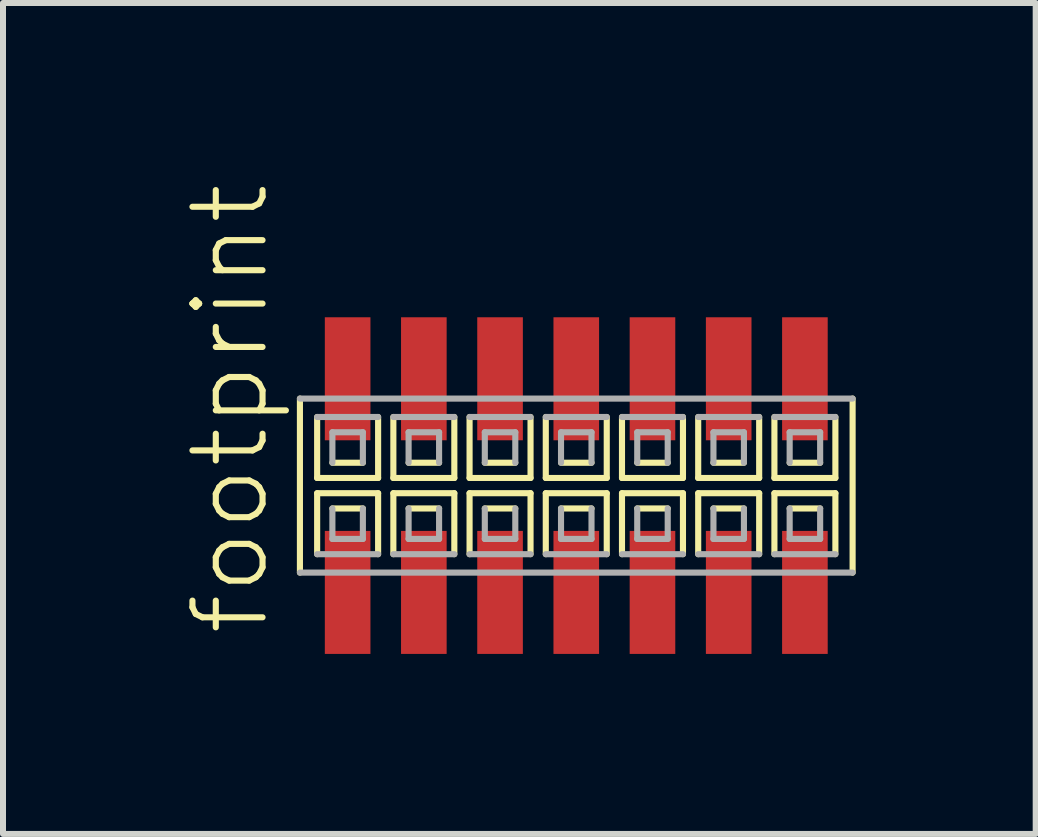
<source format=kicad_pcb>
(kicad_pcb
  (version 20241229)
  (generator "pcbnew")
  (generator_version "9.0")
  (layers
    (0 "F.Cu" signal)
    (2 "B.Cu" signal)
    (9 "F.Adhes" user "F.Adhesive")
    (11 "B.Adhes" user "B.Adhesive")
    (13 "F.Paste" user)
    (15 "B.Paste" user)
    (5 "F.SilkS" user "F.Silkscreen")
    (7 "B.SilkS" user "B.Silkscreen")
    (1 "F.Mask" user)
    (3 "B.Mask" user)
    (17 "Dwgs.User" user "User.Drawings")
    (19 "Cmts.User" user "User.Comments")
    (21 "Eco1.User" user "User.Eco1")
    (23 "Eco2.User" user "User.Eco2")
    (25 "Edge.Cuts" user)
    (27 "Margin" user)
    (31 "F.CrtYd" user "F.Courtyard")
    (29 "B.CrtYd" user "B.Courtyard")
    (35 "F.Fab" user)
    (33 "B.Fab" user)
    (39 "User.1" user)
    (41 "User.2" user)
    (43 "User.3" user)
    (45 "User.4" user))
  (footprint "footprint"
    (layer "F.Cu")
    (at 6.553 5.042)
    (property "Reference" "footprint" (at -5.08 2.54 90) (layer "F.SilkS") (effects (font (size 1.168 1.168) (thickness 0.102)) (justify left bottom)))
    (fp_line (start -4.605 -1.45) (end -4.605 1.45) (stroke (width 0.102) (type solid)) (layer "F.SilkS"))
    (fp_line (start -4.318 -1.143) (end -4.318 -0.127) (stroke (width 0.102) (type solid)) (layer "F.SilkS"))
    (fp_line (start -4.318 -0.127) (end -3.302 -0.127) (stroke (width 0.102) (type solid)) (layer "F.SilkS"))
    (fp_line (start -4.318 0.127) (end -4.318 1.143) (stroke (width 0.102) (type solid)) (layer "F.SilkS"))
    (fp_line (start -4.064 -0.381) (end -3.556 -0.381) (stroke (width 0.102) (type solid)) (layer "F.SilkS"))
    (fp_line (start -3.556 0.381) (end -4.064 0.381) (stroke (width 0.102) (type solid)) (layer "F.SilkS"))
    (fp_line (start -3.302 -0.127) (end -3.302 -1.143) (stroke (width 0.102) (type solid)) (layer "F.SilkS"))
    (fp_line (start -3.302 0.127) (end -4.318 0.127) (stroke (width 0.102) (type solid)) (layer "F.SilkS"))
    (fp_line (start -3.302 1.143) (end -3.302 0.127) (stroke (width 0.102) (type solid)) (layer "F.SilkS"))
    (fp_line (start -3.048 -1.143) (end -3.048 -0.127) (stroke (width 0.102) (type solid)) (layer "F.SilkS"))
    (fp_line (start -3.048 -0.127) (end -2.032 -0.127) (stroke (width 0.102) (type solid)) (layer "F.SilkS"))
    (fp_line (start -3.048 0.127) (end -3.048 1.143) (stroke (width 0.102) (type solid)) (layer "F.SilkS"))
    (fp_line (start -2.794 -0.381) (end -2.286 -0.381) (stroke (width 0.102) (type solid)) (layer "F.SilkS"))
    (fp_line (start -2.286 0.381) (end -2.794 0.381) (stroke (width 0.102) (type solid)) (layer "F.SilkS"))
    (fp_line (start -2.032 -0.127) (end -2.032 -1.143) (stroke (width 0.102) (type solid)) (layer "F.SilkS"))
    (fp_line (start -2.032 0.127) (end -3.048 0.127) (stroke (width 0.102) (type solid)) (layer "F.SilkS"))
    (fp_line (start -2.032 1.143) (end -2.032 0.127) (stroke (width 0.102) (type solid)) (layer "F.SilkS"))
    (fp_line (start -1.778 -1.143) (end -1.778 -0.127) (stroke (width 0.102) (type solid)) (layer "F.SilkS"))
    (fp_line (start -1.778 -0.127) (end -0.762 -0.127) (stroke (width 0.102) (type solid)) (layer "F.SilkS"))
    (fp_line (start -1.778 0.127) (end -1.778 1.143) (stroke (width 0.102) (type solid)) (layer "F.SilkS"))
    (fp_line (start -1.524 -0.381) (end -1.016 -0.381) (stroke (width 0.102) (type solid)) (layer "F.SilkS"))
    (fp_line (start -1.016 0.381) (end -1.524 0.381) (stroke (width 0.102) (type solid)) (layer "F.SilkS"))
    (fp_line (start -0.762 -0.127) (end -0.762 -1.143) (stroke (width 0.102) (type solid)) (layer "F.SilkS"))
    (fp_line (start -0.762 0.127) (end -1.778 0.127) (stroke (width 0.102) (type solid)) (layer "F.SilkS"))
    (fp_line (start -0.762 1.143) (end -0.762 0.127) (stroke (width 0.102) (type solid)) (layer "F.SilkS"))
    (fp_line (start -0.508 -1.143) (end -0.508 -0.127) (stroke (width 0.102) (type solid)) (layer "F.SilkS"))
    (fp_line (start -0.508 -0.127) (end 0.508 -0.127) (stroke (width 0.102) (type solid)) (layer "F.SilkS"))
    (fp_line (start -0.508 0.127) (end -0.508 1.143) (stroke (width 0.102) (type solid)) (layer "F.SilkS"))
    (fp_line (start -0.254 -0.381) (end 0.254 -0.381) (stroke (width 0.102) (type solid)) (layer "F.SilkS"))
    (fp_line (start 0.254 0.381) (end -0.254 0.381) (stroke (width 0.102) (type solid)) (layer "F.SilkS"))
    (fp_line (start 0.508 -0.127) (end 0.508 -1.143) (stroke (width 0.102) (type solid)) (layer "F.SilkS"))
    (fp_line (start 0.508 0.127) (end -0.508 0.127) (stroke (width 0.102) (type solid)) (layer "F.SilkS"))
    (fp_line (start 0.508 1.143) (end 0.508 0.127) (stroke (width 0.102) (type solid)) (layer "F.SilkS"))
    (fp_line (start 0.762 -1.143) (end 0.762 -0.127) (stroke (width 0.102) (type solid)) (layer "F.SilkS"))
    (fp_line (start 0.762 -0.127) (end 1.778 -0.127) (stroke (width 0.102) (type solid)) (layer "F.SilkS"))
    (fp_line (start 0.762 0.127) (end 0.762 1.143) (stroke (width 0.102) (type solid)) (layer "F.SilkS"))
    (fp_line (start 1.016 -0.381) (end 1.524 -0.381) (stroke (width 0.102) (type solid)) (layer "F.SilkS"))
    (fp_line (start 1.524 0.381) (end 1.016 0.381) (stroke (width 0.102) (type solid)) (layer "F.SilkS"))
    (fp_line (start 1.778 -0.127) (end 1.778 -1.143) (stroke (width 0.102) (type solid)) (layer "F.SilkS"))
    (fp_line (start 1.778 0.127) (end 0.762 0.127) (stroke (width 0.102) (type solid)) (layer "F.SilkS"))
    (fp_line (start 1.778 1.143) (end 1.778 0.127) (stroke (width 0.102) (type solid)) (layer "F.SilkS"))
    (fp_line (start 2.032 -1.143) (end 2.032 -0.127) (stroke (width 0.102) (type solid)) (layer "F.SilkS"))
    (fp_line (start 2.032 -0.127) (end 3.048 -0.127) (stroke (width 0.102) (type solid)) (layer "F.SilkS"))
    (fp_line (start 2.032 0.127) (end 2.032 1.143) (stroke (width 0.102) (type solid)) (layer "F.SilkS"))
    (fp_line (start 2.286 -0.381) (end 2.794 -0.381) (stroke (width 0.102) (type solid)) (layer "F.SilkS"))
    (fp_line (start 2.794 0.381) (end 2.286 0.381) (stroke (width 0.102) (type solid)) (layer "F.SilkS"))
    (fp_line (start 3.048 -0.127) (end 3.048 -1.143) (stroke (width 0.102) (type solid)) (layer "F.SilkS"))
    (fp_line (start 3.048 0.127) (end 2.032 0.127) (stroke (width 0.102) (type solid)) (layer "F.SilkS"))
    (fp_line (start 3.048 1.143) (end 3.048 0.127) (stroke (width 0.102) (type solid)) (layer "F.SilkS"))
    (fp_line (start 3.302 -1.143) (end 3.302 -0.127) (stroke (width 0.102) (type solid)) (layer "F.SilkS"))
    (fp_line (start 3.302 -0.127) (end 4.318 -0.127) (stroke (width 0.102) (type solid)) (layer "F.SilkS"))
    (fp_line (start 3.302 0.127) (end 3.302 1.143) (stroke (width 0.102) (type solid)) (layer "F.SilkS"))
    (fp_line (start 3.556 -0.381) (end 4.064 -0.381) (stroke (width 0.102) (type solid)) (layer "F.SilkS"))
    (fp_line (start 4.064 0.381) (end 3.556 0.381) (stroke (width 0.102) (type solid)) (layer "F.SilkS"))
    (fp_line (start 4.318 -0.127) (end 4.318 -1.143) (stroke (width 0.102) (type solid)) (layer "F.SilkS"))
    (fp_line (start 4.318 0.127) (end 3.302 0.127) (stroke (width 0.102) (type solid)) (layer "F.SilkS"))
    (fp_line (start 4.318 1.143) (end 4.318 0.127) (stroke (width 0.102) (type solid)) (layer "F.SilkS"))
    (fp_line (start 4.605 1.45) (end 4.605 -1.45) (stroke (width 0.102) (type solid)) (layer "F.SilkS"))
    (fp_line (start -4.605 1.45) (end 4.605 1.45) (stroke (width 0.102) (type solid)) (layer "F.Fab"))
    (fp_line (start -4.318 1.143) (end -3.302 1.143) (stroke (width 0.102) (type solid)) (layer "F.Fab"))
    (fp_line (start -4.064 -0.889) (end -4.064 -0.381) (stroke (width 0.102) (type solid)) (layer "F.Fab"))
    (fp_line (start -4.064 0.381) (end -4.064 0.889) (stroke (width 0.102) (type solid)) (layer "F.Fab"))
    (fp_line (start -4.064 0.889) (end -3.556 0.889) (stroke (width 0.102) (type solid)) (layer "F.Fab"))
    (fp_line (start -3.556 -0.889) (end -4.064 -0.889) (stroke (width 0.102) (type solid)) (layer "F.Fab"))
    (fp_line (start -3.556 -0.381) (end -3.556 -0.889) (stroke (width 0.102) (type solid)) (layer "F.Fab"))
    (fp_line (start -3.556 0.889) (end -3.556 0.381) (stroke (width 0.102) (type solid)) (layer "F.Fab"))
    (fp_line (start -3.302 -1.143) (end -4.318 -1.143) (stroke (width 0.102) (type solid)) (layer "F.Fab"))
    (fp_line (start -3.048 1.143) (end -2.032 1.143) (stroke (width 0.102) (type solid)) (layer "F.Fab"))
    (fp_line (start -2.794 -0.889) (end -2.794 -0.381) (stroke (width 0.102) (type solid)) (layer "F.Fab"))
    (fp_line (start -2.794 0.381) (end -2.794 0.889) (stroke (width 0.102) (type solid)) (layer "F.Fab"))
    (fp_line (start -2.794 0.889) (end -2.286 0.889) (stroke (width 0.102) (type solid)) (layer "F.Fab"))
    (fp_line (start -2.286 -0.889) (end -2.794 -0.889) (stroke (width 0.102) (type solid)) (layer "F.Fab"))
    (fp_line (start -2.286 -0.381) (end -2.286 -0.889) (stroke (width 0.102) (type solid)) (layer "F.Fab"))
    (fp_line (start -2.286 0.889) (end -2.286 0.381) (stroke (width 0.102) (type solid)) (layer "F.Fab"))
    (fp_line (start -2.032 -1.143) (end -3.048 -1.143) (stroke (width 0.102) (type solid)) (layer "F.Fab"))
    (fp_line (start -1.778 1.143) (end -0.762 1.143) (stroke (width 0.102) (type solid)) (layer "F.Fab"))
    (fp_line (start -1.524 -0.889) (end -1.524 -0.381) (stroke (width 0.102) (type solid)) (layer "F.Fab"))
    (fp_line (start -1.524 0.381) (end -1.524 0.889) (stroke (width 0.102) (type solid)) (layer "F.Fab"))
    (fp_line (start -1.524 0.889) (end -1.016 0.889) (stroke (width 0.102) (type solid)) (layer "F.Fab"))
    (fp_line (start -1.016 -0.889) (end -1.524 -0.889) (stroke (width 0.102) (type solid)) (layer "F.Fab"))
    (fp_line (start -1.016 -0.381) (end -1.016 -0.889) (stroke (width 0.102) (type solid)) (layer "F.Fab"))
    (fp_line (start -1.016 0.889) (end -1.016 0.381) (stroke (width 0.102) (type solid)) (layer "F.Fab"))
    (fp_line (start -0.762 -1.143) (end -1.778 -1.143) (stroke (width 0.102) (type solid)) (layer "F.Fab"))
    (fp_line (start -0.508 1.143) (end 0.508 1.143) (stroke (width 0.102) (type solid)) (layer "F.Fab"))
    (fp_line (start -0.254 -0.889) (end -0.254 -0.381) (stroke (width 0.102) (type solid)) (layer "F.Fab"))
    (fp_line (start -0.254 0.381) (end -0.254 0.889) (stroke (width 0.102) (type solid)) (layer "F.Fab"))
    (fp_line (start -0.254 0.889) (end 0.254 0.889) (stroke (width 0.102) (type solid)) (layer "F.Fab"))
    (fp_line (start 0.254 -0.889) (end -0.254 -0.889) (stroke (width 0.102) (type solid)) (layer "F.Fab"))
    (fp_line (start 0.254 -0.381) (end 0.254 -0.889) (stroke (width 0.102) (type solid)) (layer "F.Fab"))
    (fp_line (start 0.254 0.889) (end 0.254 0.381) (stroke (width 0.102) (type solid)) (layer "F.Fab"))
    (fp_line (start 0.508 -1.143) (end -0.508 -1.143) (stroke (width 0.102) (type solid)) (layer "F.Fab"))
    (fp_line (start 0.762 1.143) (end 1.778 1.143) (stroke (width 0.102) (type solid)) (layer "F.Fab"))
    (fp_line (start 1.016 -0.889) (end 1.016 -0.381) (stroke (width 0.102) (type solid)) (layer "F.Fab"))
    (fp_line (start 1.016 0.381) (end 1.016 0.889) (stroke (width 0.102) (type solid)) (layer "F.Fab"))
    (fp_line (start 1.016 0.889) (end 1.524 0.889) (stroke (width 0.102) (type solid)) (layer "F.Fab"))
    (fp_line (start 1.524 -0.889) (end 1.016 -0.889) (stroke (width 0.102) (type solid)) (layer "F.Fab"))
    (fp_line (start 1.524 -0.381) (end 1.524 -0.889) (stroke (width 0.102) (type solid)) (layer "F.Fab"))
    (fp_line (start 1.524 0.889) (end 1.524 0.381) (stroke (width 0.102) (type solid)) (layer "F.Fab"))
    (fp_line (start 1.778 -1.143) (end 0.762 -1.143) (stroke (width 0.102) (type solid)) (layer "F.Fab"))
    (fp_line (start 2.032 1.143) (end 3.048 1.143) (stroke (width 0.102) (type solid)) (layer "F.Fab"))
    (fp_line (start 2.286 -0.889) (end 2.286 -0.381) (stroke (width 0.102) (type solid)) (layer "F.Fab"))
    (fp_line (start 2.286 0.381) (end 2.286 0.889) (stroke (width 0.102) (type solid)) (layer "F.Fab"))
    (fp_line (start 2.286 0.889) (end 2.794 0.889) (stroke (width 0.102) (type solid)) (layer "F.Fab"))
    (fp_line (start 2.794 -0.889) (end 2.286 -0.889) (stroke (width 0.102) (type solid)) (layer "F.Fab"))
    (fp_line (start 2.794 -0.381) (end 2.794 -0.889) (stroke (width 0.102) (type solid)) (layer "F.Fab"))
    (fp_line (start 2.794 0.889) (end 2.794 0.381) (stroke (width 0.102) (type solid)) (layer "F.Fab"))
    (fp_line (start 3.048 -1.143) (end 2.032 -1.143) (stroke (width 0.102) (type solid)) (layer "F.Fab"))
    (fp_line (start 3.302 1.143) (end 4.318 1.143) (stroke (width 0.102) (type solid)) (layer "F.Fab"))
    (fp_line (start 3.556 -0.889) (end 3.556 -0.381) (stroke (width 0.102) (type solid)) (layer "F.Fab"))
    (fp_line (start 3.556 0.381) (end 3.556 0.889) (stroke (width 0.102) (type solid)) (layer "F.Fab"))
    (fp_line (start 3.556 0.889) (end 4.064 0.889) (stroke (width 0.102) (type solid)) (layer "F.Fab"))
    (fp_line (start 4.064 -0.889) (end 3.556 -0.889) (stroke (width 0.102) (type solid)) (layer "F.Fab"))
    (fp_line (start 4.064 -0.381) (end 4.064 -0.889) (stroke (width 0.102) (type solid)) (layer "F.Fab"))
    (fp_line (start 4.064 0.889) (end 4.064 0.381) (stroke (width 0.102) (type solid)) (layer "F.Fab"))
    (fp_line (start 4.318 -1.143) (end 3.302 -1.143) (stroke (width 0.102) (type solid)) (layer "F.Fab"))
    (fp_line (start 4.605 -1.45) (end -4.605 -1.45) (stroke (width 0.102) (type solid)) (layer "F.Fab"))
    (pad "1" smd rect (at -3.81 1.78) (size 0.76 2.05) (layers "F.Cu" "F.Mask" "F.Paste"))
    (pad "2" smd rect (at -3.81 -1.78) (size 0.76 2.05) (layers "F.Cu" "F.Mask" "F.Paste"))
    (pad "3" smd rect (at -2.54 1.78) (size 0.76 2.05) (layers "F.Cu" "F.Mask" "F.Paste"))
    (pad "4" smd rect (at -2.54 -1.78) (size 0.76 2.05) (layers "F.Cu" "F.Mask" "F.Paste"))
    (pad "5" smd rect (at -1.27 1.78) (size 0.76 2.05) (layers "F.Cu" "F.Mask" "F.Paste"))
    (pad "6" smd rect (at -1.27 -1.78) (size 0.76 2.05) (layers "F.Cu" "F.Mask" "F.Paste"))
    (pad "7" smd rect (at 0 1.78) (size 0.76 2.05) (layers "F.Cu" "F.Mask" "F.Paste"))
    (pad "8" smd rect (at 0 -1.78) (size 0.76 2.05) (layers "F.Cu" "F.Mask" "F.Paste"))
    (pad "9" smd rect (at 1.27 1.78) (size 0.76 2.05) (layers "F.Cu" "F.Mask" "F.Paste"))
    (pad "10" smd rect (at 1.27 -1.78) (size 0.76 2.05) (layers "F.Cu" "F.Mask" "F.Paste"))
    (pad "11" smd rect (at 2.54 1.78) (size 0.76 2.05) (layers "F.Cu" "F.Mask" "F.Paste"))
    (pad "12" smd rect (at 2.54 -1.78) (size 0.76 2.05) (layers "F.Cu" "F.Mask" "F.Paste"))
    (pad "13" smd rect (at 3.81 1.78) (size 0.76 2.05) (layers "F.Cu" "F.Mask" "F.Paste"))
    (pad "14" smd rect (at 3.81 -1.78) (size 0.76 2.05) (layers "F.Cu" "F.Mask" "F.Paste")))
  (gr_rect
    (start -3 -3)
    (end 14.209 10.847)
    (stroke (width 0.1) (type default))
    (fill no)
    (layer "Edge.Cuts")))
</source>
